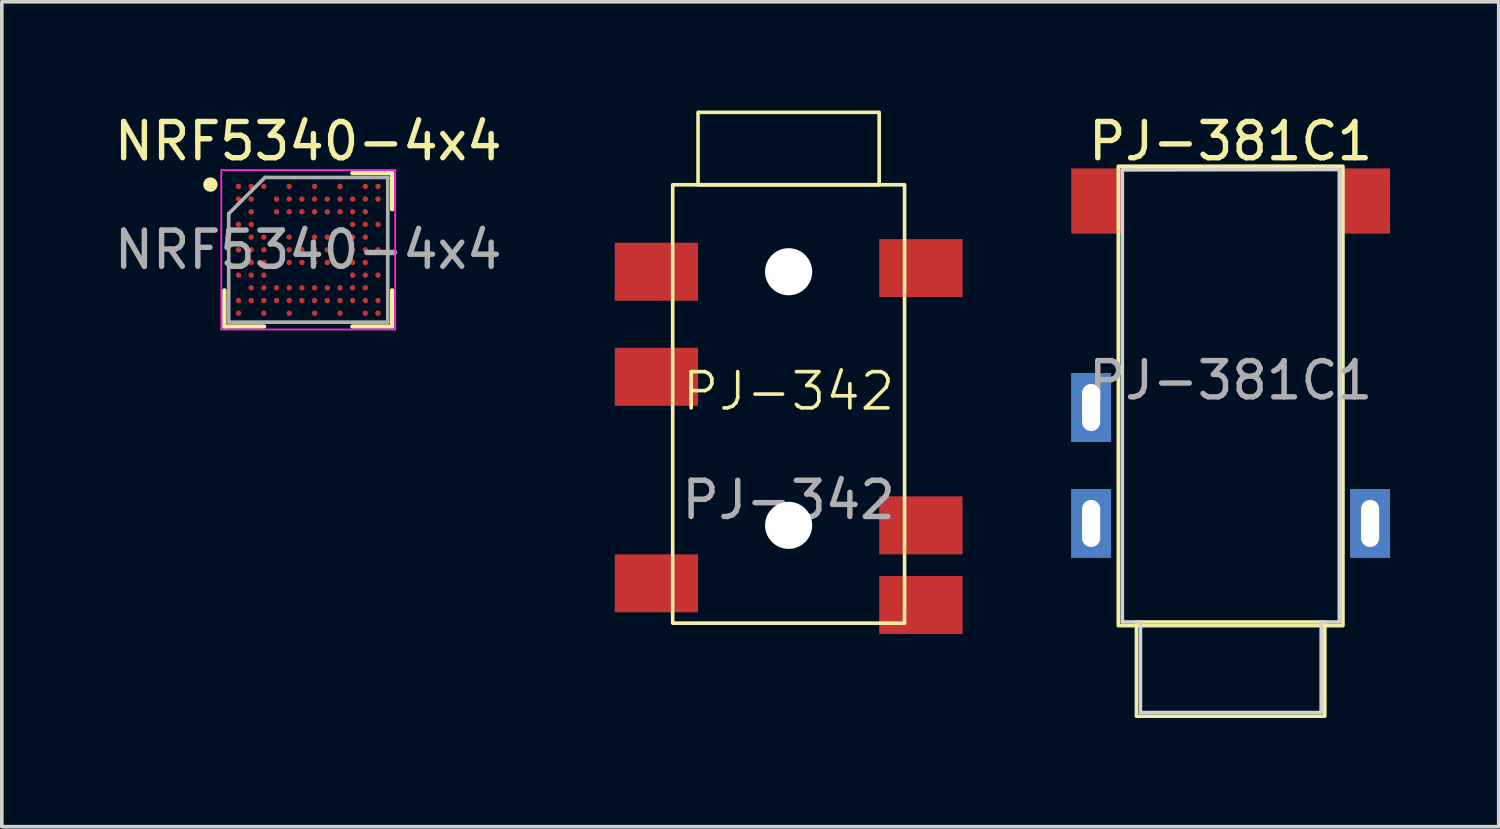
<source format=kicad_pcb>
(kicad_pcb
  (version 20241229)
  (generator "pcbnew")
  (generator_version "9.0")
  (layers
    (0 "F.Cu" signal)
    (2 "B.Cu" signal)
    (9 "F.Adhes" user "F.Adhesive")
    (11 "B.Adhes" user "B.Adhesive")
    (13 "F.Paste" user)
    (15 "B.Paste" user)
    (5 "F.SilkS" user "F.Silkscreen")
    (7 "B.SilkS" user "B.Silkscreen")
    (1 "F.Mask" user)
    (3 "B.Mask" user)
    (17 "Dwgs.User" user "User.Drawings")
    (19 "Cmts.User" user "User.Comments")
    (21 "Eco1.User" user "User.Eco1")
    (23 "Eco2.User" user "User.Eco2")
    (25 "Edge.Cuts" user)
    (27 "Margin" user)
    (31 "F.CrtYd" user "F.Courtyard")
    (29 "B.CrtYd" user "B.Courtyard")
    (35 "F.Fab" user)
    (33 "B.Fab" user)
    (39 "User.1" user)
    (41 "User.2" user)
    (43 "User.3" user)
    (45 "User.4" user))
  (footprint "NRF5340-4x4"
    (layer "F.Cu")
    (at 5.458 3.845)
    (property "Reference" "NRF5340-4x4" (at 0 -2.997 0) (layer "F.SilkS") (effects (font (size 1 1) (thickness 0.15))))
    (attr smd)
    (fp_line (start -2.315 2.117) (end -2.315 1.119) (stroke (width 0.12) (type default)) (layer "F.SilkS"))
    (fp_line (start -1.218 2.117) (end -2.315 2.117) (stroke (width 0.12) (type default)) (layer "F.SilkS"))
    (fp_line (start 1.218 -2.117) (end 2.315 -2.117) (stroke (width 0.12) (type default)) (layer "F.SilkS"))
    (fp_line (start 1.218 2.117) (end 2.315 2.117) (stroke (width 0.12) (type default)) (layer "F.SilkS"))
    (fp_line (start 2.315 -2.117) (end 2.315 -1.119) (stroke (width 0.12) (type default)) (layer "F.SilkS"))
    (fp_line (start 2.315 2.117) (end 2.315 1.119) (stroke (width 0.12) (type default)) (layer "F.SilkS"))
    (fp_circle (center -2.7 -1.8) (end -2.7 -1.7) (stroke (width 0.2) (type default)) (fill no) (layer "F.SilkS"))
    (fp_line (start -2.4 -2.2) (end 2.4 -2.2) (stroke (width 0.05) (type default)) (layer "F.CrtYd"))
    (fp_line (start -2.4 2.2) (end -2.4 -2.2) (stroke (width 0.05) (type default)) (layer "F.CrtYd"))
    (fp_line (start 2.4 -2.2) (end 2.4 2.2) (stroke (width 0.05) (type default)) (layer "F.CrtYd"))
    (fp_line (start 2.4 2.2) (end -2.4 2.2) (stroke (width 0.05) (type default)) (layer "F.CrtYd"))
    (fp_line (start -2.195 -0.997) (end -2.195 1.997) (stroke (width 0.1) (type default)) (layer "F.Fab"))
    (fp_line (start -2.195 1.997) (end 2.195 1.997) (stroke (width 0.1) (type default)) (layer "F.Fab"))
    (fp_line (start -1.195 -1.997) (end -2.195 -0.997) (stroke (width 0.1) (type default)) (layer "F.Fab"))
    (fp_line (start 2.195 -1.997) (end -1.195 -1.997) (stroke (width 0.1) (type default)) (layer "F.Fab"))
    (fp_line (start 2.195 1.997) (end 2.195 -1.997) (stroke (width 0.1) (type default)) (layer "F.Fab"))
    (fp_text user "${REFERENCE}" (at 0 0 0) (layer "F.Fab") (effects (font (size 1 1) (thickness 0.15))))
    (pad "A1" smd circle (at -1.925 -1.75) (size 0.15 0.15) (layers "F.Cu" "F.Mask" "F.Paste"))
    (pad "A2" smd circle (at -1.575 -1.75) (size 0.15 0.15) (layers "F.Cu" "F.Mask" "F.Paste"))
    (pad "A3" smd circle (at -1.225 -1.75) (size 0.15 0.15) (layers "F.Cu" "F.Mask" "F.Paste"))
    (pad "A5" smd circle (at -0.525 -1.75) (size 0.15 0.15) (layers "F.Cu" "F.Mask" "F.Paste"))
    (pad "A7" smd circle (at 0.175 -1.75) (size 0.15 0.15) (layers "F.Cu" "F.Mask" "F.Paste"))
    (pad "A9" smd circle (at 0.875 -1.75) (size 0.15 0.15) (layers "F.Cu" "F.Mask" "F.Paste"))
    (pad "A11" smd circle (at 1.575 -1.75) (size 0.15 0.15) (layers "F.Cu" "F.Mask" "F.Paste"))
    (pad "A12" smd circle (at 1.925 -1.75) (size 0.15 0.15) (layers "F.Cu" "F.Mask" "F.Paste"))
    (pad "B1" smd circle (at -1.925 -1.4) (size 0.15 0.15) (layers "F.Cu" "F.Mask" "F.Paste"))
    (pad "B2" smd circle (at -1.575 -1.4) (size 0.15 0.15) (layers "F.Cu" "F.Mask" "F.Paste"))
    (pad "B4" smd circle (at -0.875 -1.4) (size 0.15 0.15) (layers "F.Cu" "F.Mask" "F.Paste"))
    (pad "B5" smd circle (at -0.525 -1.4) (size 0.15 0.15) (layers "F.Cu" "F.Mask" "F.Paste"))
    (pad "B6" smd circle (at -0.175 -1.4) (size 0.15 0.15) (layers "F.Cu" "F.Mask" "F.Paste"))
    (pad "B7" smd circle (at 0.175 -1.4) (size 0.15 0.15) (layers "F.Cu" "F.Mask" "F.Paste"))
    (pad "B8" smd circle (at 0.525 -1.4) (size 0.15 0.15) (layers "F.Cu" "F.Mask" "F.Paste"))
    (pad "B9" smd circle (at 0.875 -1.4) (size 0.15 0.15) (layers "F.Cu" "F.Mask" "F.Paste"))
    (pad "B10" smd circle (at 1.225 -1.4) (size 0.15 0.15) (layers "F.Cu" "F.Mask" "F.Paste"))
    (pad "B11" smd circle (at 1.575 -1.4) (size 0.15 0.15) (layers "F.Cu" "F.Mask" "F.Paste"))
    (pad "B12" smd circle (at 1.925 -1.4) (size 0.15 0.15) (layers "F.Cu" "F.Mask" "F.Paste"))
    (pad "C2" smd circle (at -1.575 -1.05) (size 0.15 0.15) (layers "F.Cu" "F.Mask" "F.Paste"))
    (pad "C4" smd circle (at -0.875 -1.05) (size 0.15 0.15) (layers "F.Cu" "F.Mask" "F.Paste"))
    (pad "C5" smd circle (at -0.525 -1.05) (size 0.15 0.15) (layers "F.Cu" "F.Mask" "F.Paste"))
    (pad "C6" smd circle (at -0.175 -1.05) (size 0.15 0.15) (layers "F.Cu" "F.Mask" "F.Paste"))
    (pad "C7" smd circle (at 0.175 -1.05) (size 0.15 0.15) (layers "F.Cu" "F.Mask" "F.Paste"))
    (pad "C8" smd circle (at 0.525 -1.05) (size 0.15 0.15) (layers "F.Cu" "F.Mask" "F.Paste"))
    (pad "C9" smd circle (at 0.875 -1.05) (size 0.15 0.15) (layers "F.Cu" "F.Mask" "F.Paste"))
    (pad "C10" smd circle (at 1.225 -1.05) (size 0.15 0.15) (layers "F.Cu" "F.Mask" "F.Paste"))
    (pad "C11" smd circle (at 1.575 -1.05) (size 0.15 0.15) (layers "F.Cu" "F.Mask" "F.Paste"))
    (pad "D1" smd circle (at -1.925 -0.7) (size 0.15 0.15) (layers "F.Cu" "F.Mask" "F.Paste"))
    (pad "D2" smd circle (at -1.575 -0.7) (size 0.15 0.15) (layers "F.Cu" "F.Mask" "F.Paste"))
    (pad "D10" smd circle (at 1.225 -0.7) (size 0.15 0.15) (layers "F.Cu" "F.Mask" "F.Paste"))
    (pad "D11" smd circle (at 1.575 -0.7) (size 0.15 0.15) (layers "F.Cu" "F.Mask" "F.Paste"))
    (pad "D12" smd circle (at 1.925 -0.7) (size 0.15 0.15) (layers "F.Cu" "F.Mask" "F.Paste"))
    (pad "E2" smd circle (at -1.575 -0.35) (size 0.15 0.15) (layers "F.Cu" "F.Mask" "F.Paste"))
    (pad "E3" smd circle (at -1.225 -0.35) (size 0.15 0.15) (layers "F.Cu" "F.Mask" "F.Paste"))
    (pad "E4" smd circle (at -0.875 -0.35) (size 0.15 0.15) (layers "F.Cu" "F.Mask" "F.Paste"))
    (pad "E5" smd circle (at -0.525 -0.35) (size 0.15 0.15) (layers "F.Cu" "F.Mask" "F.Paste"))
    (pad "E6" smd circle (at -0.175 -0.35) (size 0.15 0.15) (layers "F.Cu" "F.Mask" "F.Paste"))
    (pad "E7" smd circle (at 0.175 -0.35) (size 0.15 0.15) (layers "F.Cu" "F.Mask" "F.Paste"))
    (pad "E8" smd circle (at 0.525 -0.35) (size 0.15 0.15) (layers "F.Cu" "F.Mask" "F.Paste"))
    (pad "E10" smd circle (at 1.225 -0.35) (size 0.15 0.15) (layers "F.Cu" "F.Mask" "F.Paste"))
    (pad "E11" smd circle (at 1.575 -0.35) (size 0.15 0.15) (layers "F.Cu" "F.Mask" "F.Paste"))
    (pad "F1" smd circle (at -1.925 0) (size 0.15 0.15) (layers "F.Cu" "F.Mask" "F.Paste"))
    (pad "F2" smd circle (at -1.575 0) (size 0.15 0.15) (layers "F.Cu" "F.Mask" "F.Paste"))
    (pad "F3" smd circle (at -1.225 0) (size 0.15 0.15) (layers "F.Cu" "F.Mask" "F.Paste"))
    (pad "F5" smd circle (at -0.525 0) (size 0.15 0.15) (layers "F.Cu" "F.Mask" "F.Paste"))
    (pad "F6" smd circle (at -0.175 0) (size 0.15 0.15) (layers "F.Cu" "F.Mask" "F.Paste"))
    (pad "F7" smd circle (at 0.175 0) (size 0.15 0.15) (layers "F.Cu" "F.Mask" "F.Paste"))
    (pad "F8" smd circle (at 0.525 0) (size 0.15 0.15) (layers "F.Cu" "F.Mask" "F.Paste"))
    (pad "F10" smd circle (at 1.225 0) (size 0.15 0.15) (layers "F.Cu" "F.Mask" "F.Paste"))
    (pad "F11" smd circle (at 1.575 0) (size 0.15 0.15) (layers "F.Cu" "F.Mask" "F.Paste"))
    (pad "F12" smd circle (at 1.925 0) (size 0.15 0.15) (layers "F.Cu" "F.Mask" "F.Paste"))
    (pad "G2" smd circle (at -1.575 0.35) (size 0.15 0.15) (layers "F.Cu" "F.Mask" "F.Paste"))
    (pad "G3" smd circle (at -1.225 0.35) (size 0.15 0.15) (layers "F.Cu" "F.Mask" "F.Paste"))
    (pad "G5" smd circle (at -0.525 0.35) (size 0.15 0.15) (layers "F.Cu" "F.Mask" "F.Paste"))
    (pad "G6" smd circle (at -0.175 0.35) (size 0.15 0.15) (layers "F.Cu" "F.Mask" "F.Paste"))
    (pad "G7" smd circle (at 0.175 0.35) (size 0.15 0.15) (layers "F.Cu" "F.Mask" "F.Paste"))
    (pad "G8" smd circle (at 0.525 0.35) (size 0.15 0.15) (layers "F.Cu" "F.Mask" "F.Paste"))
    (pad "G10" smd circle (at 1.225 0.35) (size 0.15 0.15) (layers "F.Cu" "F.Mask" "F.Paste"))
    (pad "G11" smd circle (at 1.575 0.35) (size 0.15 0.15) (layers "F.Cu" "F.Mask" "F.Paste"))
    (pad "H1" smd circle (at -1.925 0.7) (size 0.15 0.15) (layers "F.Cu" "F.Mask" "F.Paste"))
    (pad "H2" smd circle (at -1.575 0.7) (size 0.15 0.15) (layers "F.Cu" "F.Mask" "F.Paste"))
    (pad "H3" smd circle (at -1.225 0.7) (size 0.15 0.15) (layers "F.Cu" "F.Mask" "F.Paste"))
    (pad "H10" smd circle (at 1.225 0.7) (size 0.15 0.15) (layers "F.Cu" "F.Mask" "F.Paste"))
    (pad "H11" smd circle (at 1.575 0.7) (size 0.15 0.15) (layers "F.Cu" "F.Mask" "F.Paste"))
    (pad "H12" smd circle (at 1.925 0.7) (size 0.15 0.15) (layers "F.Cu" "F.Mask" "F.Paste"))
    (pad "J2" smd circle (at -1.575 1.05) (size 0.15 0.15) (layers "F.Cu" "F.Mask" "F.Paste"))
    (pad "J3" smd circle (at -1.225 1.05) (size 0.15 0.15) (layers "F.Cu" "F.Mask" "F.Paste"))
    (pad "J4" smd circle (at -0.875 1.05) (size 0.15 0.15) (layers "F.Cu" "F.Mask" "F.Paste"))
    (pad "J5" smd circle (at -0.525 1.05) (size 0.15 0.15) (layers "F.Cu" "F.Mask" "F.Paste"))
    (pad "J6" smd circle (at -0.175 1.05) (size 0.15 0.15) (layers "F.Cu" "F.Mask" "F.Paste"))
    (pad "J7" smd circle (at 0.175 1.05) (size 0.15 0.15) (layers "F.Cu" "F.Mask" "F.Paste"))
    (pad "J8" smd circle (at 0.525 1.05) (size 0.15 0.15) (layers "F.Cu" "F.Mask" "F.Paste"))
    (pad "J9" smd circle (at 0.875 1.05) (size 0.15 0.15) (layers "F.Cu" "F.Mask" "F.Paste"))
    (pad "J10" smd circle (at 1.225 1.05) (size 0.15 0.15) (layers "F.Cu" "F.Mask" "F.Paste"))
    (pad "J11" smd circle (at 1.575 1.05) (size 0.15 0.15) (layers "F.Cu" "F.Mask" "F.Paste"))
    (pad "K1" smd circle (at -1.925 1.4) (size 0.15 0.15) (layers "F.Cu" "F.Mask" "F.Paste"))
    (pad "K2" smd circle (at -1.575 1.4) (size 0.15 0.15) (layers "F.Cu" "F.Mask" "F.Paste"))
    (pad "K3" smd circle (at -1.225 1.4) (size 0.15 0.15) (layers "F.Cu" "F.Mask" "F.Paste"))
    (pad "K4" smd circle (at -0.875 1.4) (size 0.15 0.15) (layers "F.Cu" "F.Mask" "F.Paste"))
    (pad "K5" smd circle (at -0.525 1.4) (size 0.15 0.15) (layers "F.Cu" "F.Mask" "F.Paste"))
    (pad "K6" smd circle (at -0.175 1.4) (size 0.15 0.15) (layers "F.Cu" "F.Mask" "F.Paste"))
    (pad "K7" smd circle (at 0.175 1.4) (size 0.15 0.15) (layers "F.Cu" "F.Mask" "F.Paste"))
    (pad "K8" smd circle (at 0.525 1.4) (size 0.15 0.15) (layers "F.Cu" "F.Mask" "F.Paste"))
    (pad "K9" smd circle (at 0.875 1.4) (size 0.15 0.15) (layers "F.Cu" "F.Mask" "F.Paste"))
    (pad "K10" smd circle (at 1.225 1.4) (size 0.15 0.15) (layers "F.Cu" "F.Mask" "F.Paste"))
    (pad "K11" smd circle (at 1.575 1.4) (size 0.15 0.15) (layers "F.Cu" "F.Mask" "F.Paste"))
    (pad "K12" smd circle (at 1.925 1.4) (size 0.15 0.15) (layers "F.Cu" "F.Mask" "F.Paste"))
    (pad "L1" smd circle (at -1.925 1.75) (size 0.15 0.15) (layers "F.Cu" "F.Mask" "F.Paste"))
    (pad "L3" smd circle (at -1.225 1.75) (size 0.15 0.15) (layers "F.Cu" "F.Mask" "F.Paste"))
    (pad "L5" smd circle (at -0.525 1.75) (size 0.15 0.15) (layers "F.Cu" "F.Mask" "F.Paste"))
    (pad "L7" smd circle (at 0.175 1.75) (size 0.15 0.15) (layers "F.Cu" "F.Mask" "F.Paste"))
    (pad "L9" smd circle (at 0.875 1.75) (size 0.15 0.15) (layers "F.Cu" "F.Mask" "F.Paste"))
    (pad "L11" smd circle (at 1.575 1.75) (size 0.15 0.15) (layers "F.Cu" "F.Mask" "F.Paste"))
    (pad "L12" smd circle (at 1.925 1.75) (size 0.15 0.15) (layers "F.Cu" "F.Mask" "F.Paste")))
  (footprint "PJ-342"
    (layer "F.Cu")
    (at 18.717 8.25)
    (property "Reference" "PJ-342" (at 0 -0.5 0) (unlocked yes) (layer "F.SilkS") (effects (font (size 1 1) (thickness 0.1))))
    (attr smd)
    (fp_rect (start -3.2 -6.2) (end 3.2 5.9) (stroke (width 0.1) (type solid)) (fill no) (layer "F.SilkS"))
    (fp_rect (start -2.5 -8.2) (end 2.5 -6.2) (stroke (width 0.1) (type solid)) (fill no) (layer "F.SilkS"))
    (fp_text user "${REFERENCE}" (at 0 2.5 0) (unlocked yes) (layer "F.Fab") (effects (font (size 1 1) (thickness 0.15))))
    (pad "" np_thru_hole circle (at 0 -3.8) (size 1.3 1.3) (drill 1.3) (layers "*.Cu" "*.Mask"))
    (pad "" np_thru_hole circle (at 0 3.2) (size 1.3 1.3) (drill 1.3) (layers "*.Cu" "*.Mask"))
    (pad "2" smd rect (at -3.65 -3.8) (size 2.3 1.6) (layers "F.Cu" "F.Mask" "F.Paste"))
    (pad "3" smd rect (at 3.65 -3.9) (size 2.3 1.6) (layers "F.Cu" "F.Mask" "F.Paste"))
    (pad "4" smd rect (at -3.65 -0.9) (size 2.3 1.6) (layers "F.Cu" "F.Mask" "F.Paste"))
    (pad "5" smd rect (at 3.65 3.2) (size 2.3 1.6) (layers "F.Cu" "F.Mask" "F.Paste"))
    (pad "6" smd rect (at -3.65 4.8) (size 2.3 1.6) (layers "F.Cu" "F.Mask" "F.Paste"))
    (pad "7" smd rect (at 3.65 5.4) (size 2.3 1.6) (layers "F.Cu" "F.Mask" "F.Paste")))
  (footprint "PJ-381C1"
    (layer "F.Cu")
    (at 30.917 4.948)
    (property "Reference" "PJ-381C1" (at 0 -4.1 0) (unlocked yes) (layer "F.SilkS") (effects (font (size 1 1) (thickness 0.15))))
    (attr smd)
    (fp_rect (start -3.1 -3.41) (end 3.1 9.27) (stroke (width 0.1) (type solid)) (fill no) (layer "F.SilkS"))
    (fp_rect (start -2.6 9.17) (end 2.6 11.77) (stroke (width 0.1) (type solid)) (fill no) (layer "F.SilkS"))
    (fp_line (start -2.99 -3.31) (end -2.99 9.17) (stroke (width 0.1) (type solid)) (layer "Edge.Cuts"))
    (fp_line (start -2.99 -3.31) (end 2.99 -3.32) (stroke (width 0.1) (type solid)) (layer "Edge.Cuts"))
    (fp_line (start -2.49 9.17) (end -2.99 9.17) (stroke (width 0.1) (type solid)) (layer "Edge.Cuts"))
    (fp_line (start -2.49 11.67) (end -2.49 9.17) (stroke (width 0.1) (type solid)) (layer "Edge.Cuts"))
    (fp_line (start -2.49 11.67) (end 2.5 11.67) (stroke (width 0.1) (type solid)) (layer "Edge.Cuts"))
    (fp_line (start 2.5 9.17) (end 2.5 11.67) (stroke (width 0.1) (type solid)) (layer "Edge.Cuts"))
    (fp_line (start 3 -3.31) (end 3 9.17) (stroke (width 0.1) (type solid)) (layer "Edge.Cuts"))
    (fp_line (start 3 9.17) (end 2.5 9.17) (stroke (width 0.1) (type solid)) (layer "Edge.Cuts"))
    (fp_text user "${REFERENCE}" (at 0 2.5 0) (unlocked yes) (layer "F.Fab") (effects (font (size 1 1) (thickness 0.15))))
    (pad "2" thru_hole rect (at -3.85 6.45 90) (size 1.9 1.1) (drill oval 1.3 0.5) (layers "*.Cu" "*.Mask"))
    (pad "3" thru_hole rect (at 3.85 6.45 90) (size 1.9 1.1) (drill oval 1.3 0.5) (layers "*.Cu" "*.Mask"))
    (pad "4" smd rect (at -3.7 -2.45 90) (size 1.8 1.4) (layers "F.Cu" "F.Mask" "F.Paste"))
    (pad "5" smd rect (at 3.7 -2.45 90) (size 1.8 1.4) (layers "F.Cu" "F.Mask" "F.Paste"))
    (pad "6" thru_hole rect (at -3.85 3.25 90) (size 1.9 1.1) (drill oval 1.3 0.5) (layers "*.Cu" "*.Mask")))
  (gr_rect
    (start -3 -3)
    (end 38.317 19.768)
    (stroke (width 0.1) (type default))
    (fill no)
    (layer "Edge.Cuts")))
</source>
